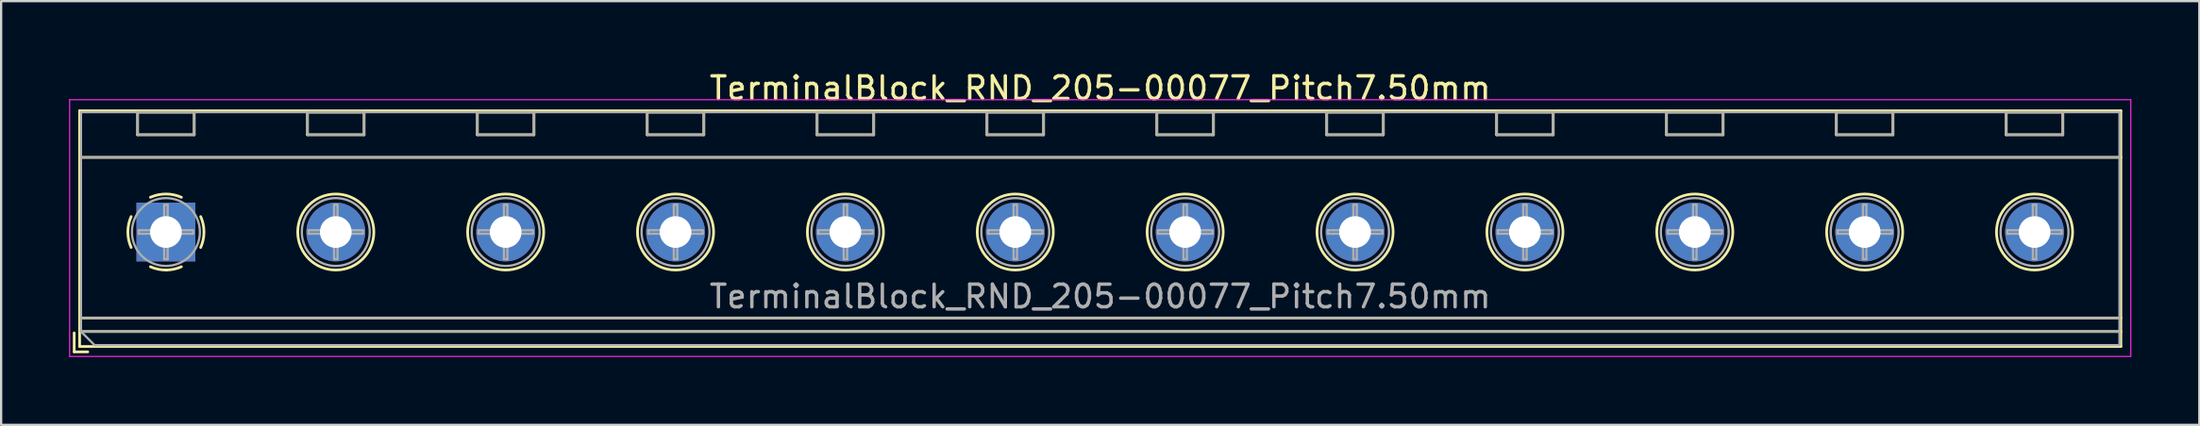
<source format=kicad_pcb>
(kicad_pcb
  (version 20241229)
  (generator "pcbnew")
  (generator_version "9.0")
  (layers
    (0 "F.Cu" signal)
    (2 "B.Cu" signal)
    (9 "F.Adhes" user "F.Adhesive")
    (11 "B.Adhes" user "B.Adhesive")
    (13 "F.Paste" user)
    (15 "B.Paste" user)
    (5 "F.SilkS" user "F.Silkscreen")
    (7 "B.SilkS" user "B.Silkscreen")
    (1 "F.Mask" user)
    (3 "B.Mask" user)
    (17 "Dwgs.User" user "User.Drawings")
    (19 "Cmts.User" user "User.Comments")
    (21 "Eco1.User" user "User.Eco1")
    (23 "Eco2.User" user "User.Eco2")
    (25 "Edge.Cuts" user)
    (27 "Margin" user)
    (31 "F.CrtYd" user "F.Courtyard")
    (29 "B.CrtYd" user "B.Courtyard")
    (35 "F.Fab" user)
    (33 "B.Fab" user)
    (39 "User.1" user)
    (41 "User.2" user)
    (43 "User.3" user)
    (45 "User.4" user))
  (footprint "TerminalBlock_RND_205-00077_Pitch7.50mm"
    (layer "F.Cu")
    (at 4.275 7.208)
    (property "Reference" "TerminalBlock_RND_205-00077_Pitch7.50mm" (at 41.25 -6.36 0) (layer "F.SilkS") (effects (font (size 1 1) (thickness 0.15))))
    (attr through_hole)
    (fp_line (start -4.05 4.46) (end -4.05 5.3) (stroke (width 0.12) (type solid)) (layer "F.SilkS"))
    (fp_line (start -4.05 5.3) (end -3.45 5.3) (stroke (width 0.12) (type solid)) (layer "F.SilkS"))
    (fp_line (start -3.81 -5.36) (end -3.81 5.06) (stroke (width 0.12) (type solid)) (layer "F.SilkS"))
    (fp_line (start -3.81 -3.3) (end 86.31 -3.3) (stroke (width 0.12) (type solid)) (layer "F.SilkS"))
    (fp_line (start -3.81 3.8) (end 86.31 3.8) (stroke (width 0.12) (type solid)) (layer "F.SilkS"))
    (fp_line (start -3.81 4.4) (end 86.31 4.4) (stroke (width 0.12) (type solid)) (layer "F.SilkS"))
    (fp_line (start -3.81 5.06) (end 86.31 5.06) (stroke (width 0.12) (type solid)) (layer "F.SilkS"))
    (fp_line (start -1.25 -5.301) (end -1.25 -4.301) (stroke (width 0.12) (type solid)) (layer "F.SilkS"))
    (fp_line (start -1.25 -5.301) (end 1.25 -5.301) (stroke (width 0.12) (type solid)) (layer "F.SilkS"))
    (fp_line (start -1.25 -4.301) (end 1.25 -4.301) (stroke (width 0.12) (type solid)) (layer "F.SilkS"))
    (fp_line (start 1.25 -5.301) (end 1.25 -4.301) (stroke (width 0.12) (type solid)) (layer "F.SilkS"))
    (fp_line (start 6.25 -5.301) (end 6.25 -4.301) (stroke (width 0.12) (type solid)) (layer "F.SilkS"))
    (fp_line (start 6.25 -5.301) (end 8.75 -5.301) (stroke (width 0.12) (type solid)) (layer "F.SilkS"))
    (fp_line (start 6.25 -4.301) (end 8.75 -4.301) (stroke (width 0.12) (type solid)) (layer "F.SilkS"))
    (fp_line (start 8.75 -5.301) (end 8.75 -4.301) (stroke (width 0.12) (type solid)) (layer "F.SilkS"))
    (fp_line (start 13.75 -5.301) (end 13.75 -4.301) (stroke (width 0.12) (type solid)) (layer "F.SilkS"))
    (fp_line (start 13.75 -5.301) (end 16.25 -5.301) (stroke (width 0.12) (type solid)) (layer "F.SilkS"))
    (fp_line (start 13.75 -4.301) (end 16.25 -4.301) (stroke (width 0.12) (type solid)) (layer "F.SilkS"))
    (fp_line (start 16.25 -5.301) (end 16.25 -4.301) (stroke (width 0.12) (type solid)) (layer "F.SilkS"))
    (fp_line (start 21.25 -5.301) (end 21.25 -4.301) (stroke (width 0.12) (type solid)) (layer "F.SilkS"))
    (fp_line (start 21.25 -5.301) (end 23.75 -5.301) (stroke (width 0.12) (type solid)) (layer "F.SilkS"))
    (fp_line (start 21.25 -4.301) (end 23.75 -4.301) (stroke (width 0.12) (type solid)) (layer "F.SilkS"))
    (fp_line (start 23.75 -5.301) (end 23.75 -4.301) (stroke (width 0.12) (type solid)) (layer "F.SilkS"))
    (fp_line (start 28.75 -5.301) (end 28.75 -4.301) (stroke (width 0.12) (type solid)) (layer "F.SilkS"))
    (fp_line (start 28.75 -5.301) (end 31.25 -5.301) (stroke (width 0.12) (type solid)) (layer "F.SilkS"))
    (fp_line (start 28.75 -4.301) (end 31.25 -4.301) (stroke (width 0.12) (type solid)) (layer "F.SilkS"))
    (fp_line (start 31.25 -5.301) (end 31.25 -4.301) (stroke (width 0.12) (type solid)) (layer "F.SilkS"))
    (fp_line (start 36.25 -5.301) (end 36.25 -4.301) (stroke (width 0.12) (type solid)) (layer "F.SilkS"))
    (fp_line (start 36.25 -5.301) (end 38.75 -5.301) (stroke (width 0.12) (type solid)) (layer "F.SilkS"))
    (fp_line (start 36.25 -4.301) (end 38.75 -4.301) (stroke (width 0.12) (type solid)) (layer "F.SilkS"))
    (fp_line (start 38.75 -5.301) (end 38.75 -4.301) (stroke (width 0.12) (type solid)) (layer "F.SilkS"))
    (fp_line (start 43.75 -5.301) (end 43.75 -4.301) (stroke (width 0.12) (type solid)) (layer "F.SilkS"))
    (fp_line (start 43.75 -5.301) (end 46.25 -5.301) (stroke (width 0.12) (type solid)) (layer "F.SilkS"))
    (fp_line (start 43.75 -4.301) (end 46.25 -4.301) (stroke (width 0.12) (type solid)) (layer "F.SilkS"))
    (fp_line (start 46.25 -5.301) (end 46.25 -4.301) (stroke (width 0.12) (type solid)) (layer "F.SilkS"))
    (fp_line (start 51.25 -5.301) (end 51.25 -4.301) (stroke (width 0.12) (type solid)) (layer "F.SilkS"))
    (fp_line (start 51.25 -5.301) (end 53.75 -5.301) (stroke (width 0.12) (type solid)) (layer "F.SilkS"))
    (fp_line (start 51.25 -4.301) (end 53.75 -4.301) (stroke (width 0.12) (type solid)) (layer "F.SilkS"))
    (fp_line (start 53.75 -5.301) (end 53.75 -4.301) (stroke (width 0.12) (type solid)) (layer "F.SilkS"))
    (fp_line (start 58.75 -5.301) (end 58.75 -4.301) (stroke (width 0.12) (type solid)) (layer "F.SilkS"))
    (fp_line (start 58.75 -5.301) (end 61.25 -5.301) (stroke (width 0.12) (type solid)) (layer "F.SilkS"))
    (fp_line (start 58.75 -4.301) (end 61.25 -4.301) (stroke (width 0.12) (type solid)) (layer "F.SilkS"))
    (fp_line (start 61.25 -5.301) (end 61.25 -4.301) (stroke (width 0.12) (type solid)) (layer "F.SilkS"))
    (fp_line (start 66.25 -5.301) (end 66.25 -4.301) (stroke (width 0.12) (type solid)) (layer "F.SilkS"))
    (fp_line (start 66.25 -5.301) (end 68.75 -5.301) (stroke (width 0.12) (type solid)) (layer "F.SilkS"))
    (fp_line (start 66.25 -4.301) (end 68.75 -4.301) (stroke (width 0.12) (type solid)) (layer "F.SilkS"))
    (fp_line (start 68.75 -5.301) (end 68.75 -4.301) (stroke (width 0.12) (type solid)) (layer "F.SilkS"))
    (fp_line (start 73.75 -5.301) (end 73.75 -4.301) (stroke (width 0.12) (type solid)) (layer "F.SilkS"))
    (fp_line (start 73.75 -5.301) (end 76.25 -5.301) (stroke (width 0.12) (type solid)) (layer "F.SilkS"))
    (fp_line (start 73.75 -4.301) (end 76.25 -4.301) (stroke (width 0.12) (type solid)) (layer "F.SilkS"))
    (fp_line (start 76.25 -5.301) (end 76.25 -4.301) (stroke (width 0.12) (type solid)) (layer "F.SilkS"))
    (fp_line (start 81.25 -5.301) (end 81.25 -4.301) (stroke (width 0.12) (type solid)) (layer "F.SilkS"))
    (fp_line (start 81.25 -5.301) (end 83.75 -5.301) (stroke (width 0.12) (type solid)) (layer "F.SilkS"))
    (fp_line (start 81.25 -4.301) (end 83.75 -4.301) (stroke (width 0.12) (type solid)) (layer "F.SilkS"))
    (fp_line (start 83.75 -5.301) (end 83.75 -4.301) (stroke (width 0.12) (type solid)) (layer "F.SilkS"))
    (fp_line (start 86.31 -5.36) (end -3.81 -5.36) (stroke (width 0.12) (type solid)) (layer "F.SilkS"))
    (fp_line (start 86.31 5.06) (end 86.31 -5.36) (stroke (width 0.12) (type solid)) (layer "F.SilkS"))
    (fp_arc (start -1.535427 0.683042) (mid -1.680501 -0.000524) (end -1.535 -0.684) (stroke (width 0.12) (type solid)) (layer "F.SilkS"))
    (fp_arc (start -0.683042 -1.535427) (mid 0.000524 -1.680501) (end 0.684 -1.535) (stroke (width 0.12) (type solid)) (layer "F.SilkS"))
    (fp_arc (start 0.028805 1.680253) (mid -0.335551 1.646659) (end -0.684 1.535) (stroke (width 0.12) (type solid)) (layer "F.SilkS"))
    (fp_arc (start 0.683318 1.534756) (mid 0.349292 1.643288) (end 0 1.68) (stroke (width 0.12) (type solid)) (layer "F.SilkS"))
    (fp_arc (start 1.535427 -0.683042) (mid 1.680501 0.000524) (end 1.535 0.684) (stroke (width 0.12) (type solid)) (layer "F.SilkS"))
    (fp_circle (center 7.5 0) (end 9.18 0) (stroke (width 0.12) (type solid)) (fill no) (layer "F.SilkS"))
    (fp_circle (center 15 0) (end 16.68 0) (stroke (width 0.12) (type solid)) (fill no) (layer "F.SilkS"))
    (fp_circle (center 22.5 0) (end 24.18 0) (stroke (width 0.12) (type solid)) (fill no) (layer "F.SilkS"))
    (fp_circle (center 30 0) (end 31.68 0) (stroke (width 0.12) (type solid)) (fill no) (layer "F.SilkS"))
    (fp_circle (center 37.5 0) (end 39.18 0) (stroke (width 0.12) (type solid)) (fill no) (layer "F.SilkS"))
    (fp_circle (center 45 0) (end 46.68 0) (stroke (width 0.12) (type solid)) (fill no) (layer "F.SilkS"))
    (fp_circle (center 52.5 0) (end 54.18 0) (stroke (width 0.12) (type solid)) (fill no) (layer "F.SilkS"))
    (fp_circle (center 60 0) (end 61.68 0) (stroke (width 0.12) (type solid)) (fill no) (layer "F.SilkS"))
    (fp_circle (center 67.5 0) (end 69.18 0) (stroke (width 0.12) (type solid)) (fill no) (layer "F.SilkS"))
    (fp_circle (center 75 0) (end 76.68 0) (stroke (width 0.12) (type solid)) (fill no) (layer "F.SilkS"))
    (fp_circle (center 82.5 0) (end 84.18 0) (stroke (width 0.12) (type solid)) (fill no) (layer "F.SilkS"))
    (fp_line (start -4.25 -5.85) (end -4.25 5.5) (stroke (width 0.05) (type solid)) (layer "F.CrtYd"))
    (fp_line (start -4.25 5.5) (end 86.75 5.5) (stroke (width 0.05) (type solid)) (layer "F.CrtYd"))
    (fp_line (start 86.75 -5.85) (end -4.25 -5.85) (stroke (width 0.05) (type solid)) (layer "F.CrtYd"))
    (fp_line (start 86.75 5.5) (end 86.75 -5.85) (stroke (width 0.05) (type solid)) (layer "F.CrtYd"))
    (fp_line (start -3.75 -5.3) (end 86.25 -5.3) (stroke (width 0.1) (type solid)) (layer "F.Fab"))
    (fp_line (start -3.75 -3.3) (end 86.25 -3.3) (stroke (width 0.1) (type solid)) (layer "F.Fab"))
    (fp_line (start -3.75 3.8) (end 86.25 3.8) (stroke (width 0.1) (type solid)) (layer "F.Fab"))
    (fp_line (start -3.75 4.4) (end -3.75 -5.3) (stroke (width 0.1) (type solid)) (layer "F.Fab"))
    (fp_line (start -3.75 4.4) (end 86.25 4.4) (stroke (width 0.1) (type solid)) (layer "F.Fab"))
    (fp_line (start -3.15 5) (end -3.75 4.4) (stroke (width 0.1) (type solid)) (layer "F.Fab"))
    (fp_line (start -1.25 -5.3) (end -1.25 -4.3) (stroke (width 0.1) (type solid)) (layer "F.Fab"))
    (fp_line (start -1.25 -4.3) (end 1.25 -4.3) (stroke (width 0.1) (type solid)) (layer "F.Fab"))
    (fp_line (start -1.201 -0.076) (end -0.076 -0.076) (stroke (width 0.1) (type solid)) (layer "F.Fab"))
    (fp_line (start -1.201 0.076) (end -1.201 -0.076) (stroke (width 0.1) (type solid)) (layer "F.Fab"))
    (fp_line (start -0.076 -1.201) (end 0.076 -1.201) (stroke (width 0.1) (type solid)) (layer "F.Fab"))
    (fp_line (start -0.076 -0.076) (end -0.076 -1.201) (stroke (width 0.1) (type solid)) (layer "F.Fab"))
    (fp_line (start -0.076 0.076) (end -1.201 0.076) (stroke (width 0.1) (type solid)) (layer "F.Fab"))
    (fp_line (start -0.076 1.201) (end -0.076 0.076) (stroke (width 0.1) (type solid)) (layer "F.Fab"))
    (fp_line (start 0.076 -1.201) (end 0.076 -0.076) (stroke (width 0.1) (type solid)) (layer "F.Fab"))
    (fp_line (start 0.076 -0.076) (end 1.201 -0.076) (stroke (width 0.1) (type solid)) (layer "F.Fab"))
    (fp_line (start 0.076 0.076) (end 0.076 1.201) (stroke (width 0.1) (type solid)) (layer "F.Fab"))
    (fp_line (start 0.076 1.201) (end -0.076 1.201) (stroke (width 0.1) (type solid)) (layer "F.Fab"))
    (fp_line (start 1.201 -0.076) (end 1.201 0.076) (stroke (width 0.1) (type solid)) (layer "F.Fab"))
    (fp_line (start 1.201 0.076) (end 0.076 0.076) (stroke (width 0.1) (type solid)) (layer "F.Fab"))
    (fp_line (start 1.25 -5.3) (end -1.25 -5.3) (stroke (width 0.1) (type solid)) (layer "F.Fab"))
    (fp_line (start 1.25 -4.3) (end 1.25 -5.3) (stroke (width 0.1) (type solid)) (layer "F.Fab"))
    (fp_line (start 6.25 -5.3) (end 6.25 -4.3) (stroke (width 0.1) (type solid)) (layer "F.Fab"))
    (fp_line (start 6.25 -4.3) (end 8.75 -4.3) (stroke (width 0.1) (type solid)) (layer "F.Fab"))
    (fp_line (start 6.299 -0.076) (end 7.424 -0.076) (stroke (width 0.1) (type solid)) (layer "F.Fab"))
    (fp_line (start 6.299 0.076) (end 6.299 -0.076) (stroke (width 0.1) (type solid)) (layer "F.Fab"))
    (fp_line (start 7.424 -1.201) (end 7.576 -1.201) (stroke (width 0.1) (type solid)) (layer "F.Fab"))
    (fp_line (start 7.424 -0.076) (end 7.424 -1.201) (stroke (width 0.1) (type solid)) (layer "F.Fab"))
    (fp_line (start 7.424 0.076) (end 6.299 0.076) (stroke (width 0.1) (type solid)) (layer "F.Fab"))
    (fp_line (start 7.424 1.201) (end 7.424 0.076) (stroke (width 0.1) (type solid)) (layer "F.Fab"))
    (fp_line (start 7.576 -1.201) (end 7.576 -0.076) (stroke (width 0.1) (type solid)) (layer "F.Fab"))
    (fp_line (start 7.576 -0.076) (end 8.701 -0.076) (stroke (width 0.1) (type solid)) (layer "F.Fab"))
    (fp_line (start 7.576 0.076) (end 7.576 1.201) (stroke (width 0.1) (type solid)) (layer "F.Fab"))
    (fp_line (start 7.576 1.201) (end 7.424 1.201) (stroke (width 0.1) (type solid)) (layer "F.Fab"))
    (fp_line (start 8.701 -0.076) (end 8.701 0.076) (stroke (width 0.1) (type solid)) (layer "F.Fab"))
    (fp_line (start 8.701 0.076) (end 7.576 0.076) (stroke (width 0.1) (type solid)) (layer "F.Fab"))
    (fp_line (start 8.75 -5.3) (end 6.25 -5.3) (stroke (width 0.1) (type solid)) (layer "F.Fab"))
    (fp_line (start 8.75 -4.3) (end 8.75 -5.3) (stroke (width 0.1) (type solid)) (layer "F.Fab"))
    (fp_line (start 13.75 -5.3) (end 13.75 -4.3) (stroke (width 0.1) (type solid)) (layer "F.Fab"))
    (fp_line (start 13.75 -4.3) (end 16.25 -4.3) (stroke (width 0.1) (type solid)) (layer "F.Fab"))
    (fp_line (start 13.799 -0.076) (end 14.924 -0.076) (stroke (width 0.1) (type solid)) (layer "F.Fab"))
    (fp_line (start 13.799 0.076) (end 13.799 -0.076) (stroke (width 0.1) (type solid)) (layer "F.Fab"))
    (fp_line (start 14.924 -1.201) (end 15.076 -1.201) (stroke (width 0.1) (type solid)) (layer "F.Fab"))
    (fp_line (start 14.924 -0.076) (end 14.924 -1.201) (stroke (width 0.1) (type solid)) (layer "F.Fab"))
    (fp_line (start 14.924 0.076) (end 13.799 0.076) (stroke (width 0.1) (type solid)) (layer "F.Fab"))
    (fp_line (start 14.924 1.201) (end 14.924 0.076) (stroke (width 0.1) (type solid)) (layer "F.Fab"))
    (fp_line (start 15.076 -1.201) (end 15.076 -0.076) (stroke (width 0.1) (type solid)) (layer "F.Fab"))
    (fp_line (start 15.076 -0.076) (end 16.201 -0.076) (stroke (width 0.1) (type solid)) (layer "F.Fab"))
    (fp_line (start 15.076 0.076) (end 15.076 1.201) (stroke (width 0.1) (type solid)) (layer "F.Fab"))
    (fp_line (start 15.076 1.201) (end 14.924 1.201) (stroke (width 0.1) (type solid)) (layer "F.Fab"))
    (fp_line (start 16.201 -0.076) (end 16.201 0.076) (stroke (width 0.1) (type solid)) (layer "F.Fab"))
    (fp_line (start 16.201 0.076) (end 15.076 0.076) (stroke (width 0.1) (type solid)) (layer "F.Fab"))
    (fp_line (start 16.25 -5.3) (end 13.75 -5.3) (stroke (width 0.1) (type solid)) (layer "F.Fab"))
    (fp_line (start 16.25 -4.3) (end 16.25 -5.3) (stroke (width 0.1) (type solid)) (layer "F.Fab"))
    (fp_line (start 21.25 -5.3) (end 21.25 -4.3) (stroke (width 0.1) (type solid)) (layer "F.Fab"))
    (fp_line (start 21.25 -4.3) (end 23.75 -4.3) (stroke (width 0.1) (type solid)) (layer "F.Fab"))
    (fp_line (start 21.299 -0.076) (end 22.424 -0.076) (stroke (width 0.1) (type solid)) (layer "F.Fab"))
    (fp_line (start 21.299 0.076) (end 21.299 -0.076) (stroke (width 0.1) (type solid)) (layer "F.Fab"))
    (fp_line (start 22.424 -1.201) (end 22.576 -1.201) (stroke (width 0.1) (type solid)) (layer "F.Fab"))
    (fp_line (start 22.424 -0.076) (end 22.424 -1.201) (stroke (width 0.1) (type solid)) (layer "F.Fab"))
    (fp_line (start 22.424 0.076) (end 21.299 0.076) (stroke (width 0.1) (type solid)) (layer "F.Fab"))
    (fp_line (start 22.424 1.201) (end 22.424 0.076) (stroke (width 0.1) (type solid)) (layer "F.Fab"))
    (fp_line (start 22.576 -1.201) (end 22.576 -0.076) (stroke (width 0.1) (type solid)) (layer "F.Fab"))
    (fp_line (start 22.576 -0.076) (end 23.701 -0.076) (stroke (width 0.1) (type solid)) (layer "F.Fab"))
    (fp_line (start 22.576 0.076) (end 22.576 1.201) (stroke (width 0.1) (type solid)) (layer "F.Fab"))
    (fp_line (start 22.576 1.201) (end 22.424 1.201) (stroke (width 0.1) (type solid)) (layer "F.Fab"))
    (fp_line (start 23.701 -0.076) (end 23.701 0.076) (stroke (width 0.1) (type solid)) (layer "F.Fab"))
    (fp_line (start 23.701 0.076) (end 22.576 0.076) (stroke (width 0.1) (type solid)) (layer "F.Fab"))
    (fp_line (start 23.75 -5.3) (end 21.25 -5.3) (stroke (width 0.1) (type solid)) (layer "F.Fab"))
    (fp_line (start 23.75 -4.3) (end 23.75 -5.3) (stroke (width 0.1) (type solid)) (layer "F.Fab"))
    (fp_line (start 28.75 -5.3) (end 28.75 -4.3) (stroke (width 0.1) (type solid)) (layer "F.Fab"))
    (fp_line (start 28.75 -4.3) (end 31.25 -4.3) (stroke (width 0.1) (type solid)) (layer "F.Fab"))
    (fp_line (start 28.799 -0.076) (end 29.924 -0.076) (stroke (width 0.1) (type solid)) (layer "F.Fab"))
    (fp_line (start 28.799 0.076) (end 28.799 -0.076) (stroke (width 0.1) (type solid)) (layer "F.Fab"))
    (fp_line (start 29.924 -1.201) (end 30.076 -1.201) (stroke (width 0.1) (type solid)) (layer "F.Fab"))
    (fp_line (start 29.924 -0.076) (end 29.924 -1.201) (stroke (width 0.1) (type solid)) (layer "F.Fab"))
    (fp_line (start 29.924 0.076) (end 28.799 0.076) (stroke (width 0.1) (type solid)) (layer "F.Fab"))
    (fp_line (start 29.924 1.201) (end 29.924 0.076) (stroke (width 0.1) (type solid)) (layer "F.Fab"))
    (fp_line (start 30.076 -1.201) (end 30.076 -0.076) (stroke (width 0.1) (type solid)) (layer "F.Fab"))
    (fp_line (start 30.076 -0.076) (end 31.201 -0.076) (stroke (width 0.1) (type solid)) (layer "F.Fab"))
    (fp_line (start 30.076 0.076) (end 30.076 1.201) (stroke (width 0.1) (type solid)) (layer "F.Fab"))
    (fp_line (start 30.076 1.201) (end 29.924 1.201) (stroke (width 0.1) (type solid)) (layer "F.Fab"))
    (fp_line (start 31.201 -0.076) (end 31.201 0.076) (stroke (width 0.1) (type solid)) (layer "F.Fab"))
    (fp_line (start 31.201 0.076) (end 30.076 0.076) (stroke (width 0.1) (type solid)) (layer "F.Fab"))
    (fp_line (start 31.25 -5.3) (end 28.75 -5.3) (stroke (width 0.1) (type solid)) (layer "F.Fab"))
    (fp_line (start 31.25 -4.3) (end 31.25 -5.3) (stroke (width 0.1) (type solid)) (layer "F.Fab"))
    (fp_line (start 36.25 -5.3) (end 36.25 -4.3) (stroke (width 0.1) (type solid)) (layer "F.Fab"))
    (fp_line (start 36.25 -4.3) (end 38.75 -4.3) (stroke (width 0.1) (type solid)) (layer "F.Fab"))
    (fp_line (start 36.299 -0.076) (end 37.424 -0.076) (stroke (width 0.1) (type solid)) (layer "F.Fab"))
    (fp_line (start 36.299 0.076) (end 36.299 -0.076) (stroke (width 0.1) (type solid)) (layer "F.Fab"))
    (fp_line (start 37.424 -1.201) (end 37.576 -1.201) (stroke (width 0.1) (type solid)) (layer "F.Fab"))
    (fp_line (start 37.424 -0.076) (end 37.424 -1.201) (stroke (width 0.1) (type solid)) (layer "F.Fab"))
    (fp_line (start 37.424 0.076) (end 36.299 0.076) (stroke (width 0.1) (type solid)) (layer "F.Fab"))
    (fp_line (start 37.424 1.201) (end 37.424 0.076) (stroke (width 0.1) (type solid)) (layer "F.Fab"))
    (fp_line (start 37.576 -1.201) (end 37.576 -0.076) (stroke (width 0.1) (type solid)) (layer "F.Fab"))
    (fp_line (start 37.576 -0.076) (end 38.701 -0.076) (stroke (width 0.1) (type solid)) (layer "F.Fab"))
    (fp_line (start 37.576 0.076) (end 37.576 1.201) (stroke (width 0.1) (type solid)) (layer "F.Fab"))
    (fp_line (start 37.576 1.201) (end 37.424 1.201) (stroke (width 0.1) (type solid)) (layer "F.Fab"))
    (fp_line (start 38.701 -0.076) (end 38.701 0.076) (stroke (width 0.1) (type solid)) (layer "F.Fab"))
    (fp_line (start 38.701 0.076) (end 37.576 0.076) (stroke (width 0.1) (type solid)) (layer "F.Fab"))
    (fp_line (start 38.75 -5.3) (end 36.25 -5.3) (stroke (width 0.1) (type solid)) (layer "F.Fab"))
    (fp_line (start 38.75 -4.3) (end 38.75 -5.3) (stroke (width 0.1) (type solid)) (layer "F.Fab"))
    (fp_line (start 43.75 -5.3) (end 43.75 -4.3) (stroke (width 0.1) (type solid)) (layer "F.Fab"))
    (fp_line (start 43.75 -4.3) (end 46.25 -4.3) (stroke (width 0.1) (type solid)) (layer "F.Fab"))
    (fp_line (start 43.799 -0.076) (end 44.924 -0.076) (stroke (width 0.1) (type solid)) (layer "F.Fab"))
    (fp_line (start 43.799 0.076) (end 43.799 -0.076) (stroke (width 0.1) (type solid)) (layer "F.Fab"))
    (fp_line (start 44.924 -1.201) (end 45.076 -1.201) (stroke (width 0.1) (type solid)) (layer "F.Fab"))
    (fp_line (start 44.924 -0.076) (end 44.924 -1.201) (stroke (width 0.1) (type solid)) (layer "F.Fab"))
    (fp_line (start 44.924 0.076) (end 43.799 0.076) (stroke (width 0.1) (type solid)) (layer "F.Fab"))
    (fp_line (start 44.924 1.201) (end 44.924 0.076) (stroke (width 0.1) (type solid)) (layer "F.Fab"))
    (fp_line (start 45.076 -1.201) (end 45.076 -0.076) (stroke (width 0.1) (type solid)) (layer "F.Fab"))
    (fp_line (start 45.076 -0.076) (end 46.201 -0.076) (stroke (width 0.1) (type solid)) (layer "F.Fab"))
    (fp_line (start 45.076 0.076) (end 45.076 1.201) (stroke (width 0.1) (type solid)) (layer "F.Fab"))
    (fp_line (start 45.076 1.201) (end 44.924 1.201) (stroke (width 0.1) (type solid)) (layer "F.Fab"))
    (fp_line (start 46.201 -0.076) (end 46.201 0.076) (stroke (width 0.1) (type solid)) (layer "F.Fab"))
    (fp_line (start 46.201 0.076) (end 45.076 0.076) (stroke (width 0.1) (type solid)) (layer "F.Fab"))
    (fp_line (start 46.25 -5.3) (end 43.75 -5.3) (stroke (width 0.1) (type solid)) (layer "F.Fab"))
    (fp_line (start 46.25 -4.3) (end 46.25 -5.3) (stroke (width 0.1) (type solid)) (layer "F.Fab"))
    (fp_line (start 51.25 -5.3) (end 51.25 -4.3) (stroke (width 0.1) (type solid)) (layer "F.Fab"))
    (fp_line (start 51.25 -4.3) (end 53.75 -4.3) (stroke (width 0.1) (type solid)) (layer "F.Fab"))
    (fp_line (start 51.299 -0.076) (end 52.424 -0.076) (stroke (width 0.1) (type solid)) (layer "F.Fab"))
    (fp_line (start 51.299 0.076) (end 51.299 -0.076) (stroke (width 0.1) (type solid)) (layer "F.Fab"))
    (fp_line (start 52.424 -1.201) (end 52.576 -1.201) (stroke (width 0.1) (type solid)) (layer "F.Fab"))
    (fp_line (start 52.424 -0.076) (end 52.424 -1.201) (stroke (width 0.1) (type solid)) (layer "F.Fab"))
    (fp_line (start 52.424 0.076) (end 51.299 0.076) (stroke (width 0.1) (type solid)) (layer "F.Fab"))
    (fp_line (start 52.424 1.201) (end 52.424 0.076) (stroke (width 0.1) (type solid)) (layer "F.Fab"))
    (fp_line (start 52.576 -1.201) (end 52.576 -0.076) (stroke (width 0.1) (type solid)) (layer "F.Fab"))
    (fp_line (start 52.576 -0.076) (end 53.701 -0.076) (stroke (width 0.1) (type solid)) (layer "F.Fab"))
    (fp_line (start 52.576 0.076) (end 52.576 1.201) (stroke (width 0.1) (type solid)) (layer "F.Fab"))
    (fp_line (start 52.576 1.201) (end 52.424 1.201) (stroke (width 0.1) (type solid)) (layer "F.Fab"))
    (fp_line (start 53.701 -0.076) (end 53.701 0.076) (stroke (width 0.1) (type solid)) (layer "F.Fab"))
    (fp_line (start 53.701 0.076) (end 52.576 0.076) (stroke (width 0.1) (type solid)) (layer "F.Fab"))
    (fp_line (start 53.75 -5.3) (end 51.25 -5.3) (stroke (width 0.1) (type solid)) (layer "F.Fab"))
    (fp_line (start 53.75 -4.3) (end 53.75 -5.3) (stroke (width 0.1) (type solid)) (layer "F.Fab"))
    (fp_line (start 58.75 -5.3) (end 58.75 -4.3) (stroke (width 0.1) (type solid)) (layer "F.Fab"))
    (fp_line (start 58.75 -4.3) (end 61.25 -4.3) (stroke (width 0.1) (type solid)) (layer "F.Fab"))
    (fp_line (start 58.799 -0.076) (end 59.924 -0.076) (stroke (width 0.1) (type solid)) (layer "F.Fab"))
    (fp_line (start 58.799 0.076) (end 58.799 -0.076) (stroke (width 0.1) (type solid)) (layer "F.Fab"))
    (fp_line (start 59.924 -1.201) (end 60.076 -1.201) (stroke (width 0.1) (type solid)) (layer "F.Fab"))
    (fp_line (start 59.924 -0.076) (end 59.924 -1.201) (stroke (width 0.1) (type solid)) (layer "F.Fab"))
    (fp_line (start 59.924 0.076) (end 58.799 0.076) (stroke (width 0.1) (type solid)) (layer "F.Fab"))
    (fp_line (start 59.924 1.201) (end 59.924 0.076) (stroke (width 0.1) (type solid)) (layer "F.Fab"))
    (fp_line (start 60.076 -1.201) (end 60.076 -0.076) (stroke (width 0.1) (type solid)) (layer "F.Fab"))
    (fp_line (start 60.076 -0.076) (end 61.201 -0.076) (stroke (width 0.1) (type solid)) (layer "F.Fab"))
    (fp_line (start 60.076 0.076) (end 60.076 1.201) (stroke (width 0.1) (type solid)) (layer "F.Fab"))
    (fp_line (start 60.076 1.201) (end 59.924 1.201) (stroke (width 0.1) (type solid)) (layer "F.Fab"))
    (fp_line (start 61.201 -0.076) (end 61.201 0.076) (stroke (width 0.1) (type solid)) (layer "F.Fab"))
    (fp_line (start 61.201 0.076) (end 60.076 0.076) (stroke (width 0.1) (type solid)) (layer "F.Fab"))
    (fp_line (start 61.25 -5.3) (end 58.75 -5.3) (stroke (width 0.1) (type solid)) (layer "F.Fab"))
    (fp_line (start 61.25 -4.3) (end 61.25 -5.3) (stroke (width 0.1) (type solid)) (layer "F.Fab"))
    (fp_line (start 66.25 -5.3) (end 66.25 -4.3) (stroke (width 0.1) (type solid)) (layer "F.Fab"))
    (fp_line (start 66.25 -4.3) (end 68.75 -4.3) (stroke (width 0.1) (type solid)) (layer "F.Fab"))
    (fp_line (start 66.299 -0.076) (end 67.424 -0.076) (stroke (width 0.1) (type solid)) (layer "F.Fab"))
    (fp_line (start 66.299 0.076) (end 66.299 -0.076) (stroke (width 0.1) (type solid)) (layer "F.Fab"))
    (fp_line (start 67.424 -1.201) (end 67.576 -1.201) (stroke (width 0.1) (type solid)) (layer "F.Fab"))
    (fp_line (start 67.424 -0.076) (end 67.424 -1.201) (stroke (width 0.1) (type solid)) (layer "F.Fab"))
    (fp_line (start 67.424 0.076) (end 66.299 0.076) (stroke (width 0.1) (type solid)) (layer "F.Fab"))
    (fp_line (start 67.424 1.201) (end 67.424 0.076) (stroke (width 0.1) (type solid)) (layer "F.Fab"))
    (fp_line (start 67.576 -1.201) (end 67.576 -0.076) (stroke (width 0.1) (type solid)) (layer "F.Fab"))
    (fp_line (start 67.576 -0.076) (end 68.701 -0.076) (stroke (width 0.1) (type solid)) (layer "F.Fab"))
    (fp_line (start 67.576 0.076) (end 67.576 1.201) (stroke (width 0.1) (type solid)) (layer "F.Fab"))
    (fp_line (start 67.576 1.201) (end 67.424 1.201) (stroke (width 0.1) (type solid)) (layer "F.Fab"))
    (fp_line (start 68.701 -0.076) (end 68.701 0.076) (stroke (width 0.1) (type solid)) (layer "F.Fab"))
    (fp_line (start 68.701 0.076) (end 67.576 0.076) (stroke (width 0.1) (type solid)) (layer "F.Fab"))
    (fp_line (start 68.75 -5.3) (end 66.25 -5.3) (stroke (width 0.1) (type solid)) (layer "F.Fab"))
    (fp_line (start 68.75 -4.3) (end 68.75 -5.3) (stroke (width 0.1) (type solid)) (layer "F.Fab"))
    (fp_line (start 73.75 -5.3) (end 73.75 -4.3) (stroke (width 0.1) (type solid)) (layer "F.Fab"))
    (fp_line (start 73.75 -4.3) (end 76.25 -4.3) (stroke (width 0.1) (type solid)) (layer "F.Fab"))
    (fp_line (start 73.799 -0.076) (end 74.924 -0.076) (stroke (width 0.1) (type solid)) (layer "F.Fab"))
    (fp_line (start 73.799 0.076) (end 73.799 -0.076) (stroke (width 0.1) (type solid)) (layer "F.Fab"))
    (fp_line (start 74.924 -1.201) (end 75.076 -1.201) (stroke (width 0.1) (type solid)) (layer "F.Fab"))
    (fp_line (start 74.924 -0.076) (end 74.924 -1.201) (stroke (width 0.1) (type solid)) (layer "F.Fab"))
    (fp_line (start 74.924 0.076) (end 73.799 0.076) (stroke (width 0.1) (type solid)) (layer "F.Fab"))
    (fp_line (start 74.924 1.201) (end 74.924 0.076) (stroke (width 0.1) (type solid)) (layer "F.Fab"))
    (fp_line (start 75.076 -1.201) (end 75.076 -0.076) (stroke (width 0.1) (type solid)) (layer "F.Fab"))
    (fp_line (start 75.076 -0.076) (end 76.201 -0.076) (stroke (width 0.1) (type solid)) (layer "F.Fab"))
    (fp_line (start 75.076 0.076) (end 75.076 1.201) (stroke (width 0.1) (type solid)) (layer "F.Fab"))
    (fp_line (start 75.076 1.201) (end 74.924 1.201) (stroke (width 0.1) (type solid)) (layer "F.Fab"))
    (fp_line (start 76.201 -0.076) (end 76.201 0.076) (stroke (width 0.1) (type solid)) (layer "F.Fab"))
    (fp_line (start 76.201 0.076) (end 75.076 0.076) (stroke (width 0.1) (type solid)) (layer "F.Fab"))
    (fp_line (start 76.25 -5.3) (end 73.75 -5.3) (stroke (width 0.1) (type solid)) (layer "F.Fab"))
    (fp_line (start 76.25 -4.3) (end 76.25 -5.3) (stroke (width 0.1) (type solid)) (layer "F.Fab"))
    (fp_line (start 81.25 -5.3) (end 81.25 -4.3) (stroke (width 0.1) (type solid)) (layer "F.Fab"))
    (fp_line (start 81.25 -4.3) (end 83.75 -4.3) (stroke (width 0.1) (type solid)) (layer "F.Fab"))
    (fp_line (start 81.299 -0.076) (end 82.424 -0.076) (stroke (width 0.1) (type solid)) (layer "F.Fab"))
    (fp_line (start 81.299 0.076) (end 81.299 -0.076) (stroke (width 0.1) (type solid)) (layer "F.Fab"))
    (fp_line (start 82.424 -1.201) (end 82.576 -1.201) (stroke (width 0.1) (type solid)) (layer "F.Fab"))
    (fp_line (start 82.424 -0.076) (end 82.424 -1.201) (stroke (width 0.1) (type solid)) (layer "F.Fab"))
    (fp_line (start 82.424 0.076) (end 81.299 0.076) (stroke (width 0.1) (type solid)) (layer "F.Fab"))
    (fp_line (start 82.424 1.201) (end 82.424 0.076) (stroke (width 0.1) (type solid)) (layer "F.Fab"))
    (fp_line (start 82.576 -1.201) (end 82.576 -0.076) (stroke (width 0.1) (type solid)) (layer "F.Fab"))
    (fp_line (start 82.576 -0.076) (end 83.701 -0.076) (stroke (width 0.1) (type solid)) (layer "F.Fab"))
    (fp_line (start 82.576 0.076) (end 82.576 1.201) (stroke (width 0.1) (type solid)) (layer "F.Fab"))
    (fp_line (start 82.576 1.201) (end 82.424 1.201) (stroke (width 0.1) (type solid)) (layer "F.Fab"))
    (fp_line (start 83.701 -0.076) (end 83.701 0.076) (stroke (width 0.1) (type solid)) (layer "F.Fab"))
    (fp_line (start 83.701 0.076) (end 82.576 0.076) (stroke (width 0.1) (type solid)) (layer "F.Fab"))
    (fp_line (start 83.75 -5.3) (end 81.25 -5.3) (stroke (width 0.1) (type solid)) (layer "F.Fab"))
    (fp_line (start 83.75 -4.3) (end 83.75 -5.3) (stroke (width 0.1) (type solid)) (layer "F.Fab"))
    (fp_line (start 86.25 -5.3) (end 86.25 5) (stroke (width 0.1) (type solid)) (layer "F.Fab"))
    (fp_line (start 86.25 5) (end -3.15 5) (stroke (width 0.1) (type solid)) (layer "F.Fab"))
    (fp_circle (center 0 0) (end 1.5 0) (stroke (width 0.1) (type solid)) (fill no) (layer "F.Fab"))
    (fp_circle (center 7.5 0) (end 9 0) (stroke (width 0.1) (type solid)) (fill no) (layer "F.Fab"))
    (fp_circle (center 15 0) (end 16.5 0) (stroke (width 0.1) (type solid)) (fill no) (layer "F.Fab"))
    (fp_circle (center 22.5 0) (end 24 0) (stroke (width 0.1) (type solid)) (fill no) (layer "F.Fab"))
    (fp_circle (center 30 0) (end 31.5 0) (stroke (width 0.1) (type solid)) (fill no) (layer "F.Fab"))
    (fp_circle (center 37.5 0) (end 39 0) (stroke (width 0.1) (type solid)) (fill no) (layer "F.Fab"))
    (fp_circle (center 45 0) (end 46.5 0) (stroke (width 0.1) (type solid)) (fill no) (layer "F.Fab"))
    (fp_circle (center 52.5 0) (end 54 0) (stroke (width 0.1) (type solid)) (fill no) (layer "F.Fab"))
    (fp_circle (center 60 0) (end 61.5 0) (stroke (width 0.1) (type solid)) (fill no) (layer "F.Fab"))
    (fp_circle (center 67.5 0) (end 69 0) (stroke (width 0.1) (type solid)) (fill no) (layer "F.Fab"))
    (fp_circle (center 75 0) (end 76.5 0) (stroke (width 0.1) (type solid)) (fill no) (layer "F.Fab"))
    (fp_circle (center 82.5 0) (end 84 0) (stroke (width 0.1) (type solid)) (fill no) (layer "F.Fab"))
    (fp_text user "${REFERENCE}" (at 41.25 2.85 0) (layer "F.Fab") (effects (font (size 1 1) (thickness 0.15))))
    (pad "1" thru_hole rect (at 0 0) (size 2.6 2.6) (drill 1.4) (layers "*.Cu" "*.Mask"))
    (pad "2" thru_hole oval (at 7.5 0) (size 2.6 2.6) (drill 1.4) (layers "*.Cu" "*.Mask"))
    (pad "3" thru_hole oval (at 15 0) (size 2.6 2.6) (drill 1.4) (layers "*.Cu" "*.Mask"))
    (pad "4" thru_hole oval (at 22.5 0) (size 2.6 2.6) (drill 1.4) (layers "*.Cu" "*.Mask"))
    (pad "5" thru_hole oval (at 30 0) (size 2.6 2.6) (drill 1.4) (layers "*.Cu" "*.Mask"))
    (pad "6" thru_hole oval (at 37.5 0) (size 2.6 2.6) (drill 1.4) (layers "*.Cu" "*.Mask"))
    (pad "7" thru_hole oval (at 45 0) (size 2.6 2.6) (drill 1.4) (layers "*.Cu" "*.Mask"))
    (pad "8" thru_hole oval (at 52.5 0) (size 2.6 2.6) (drill 1.4) (layers "*.Cu" "*.Mask"))
    (pad "9" thru_hole oval (at 60 0) (size 2.6 2.6) (drill 1.4) (layers "*.Cu" "*.Mask"))
    (pad "10" thru_hole oval (at 67.5 0) (size 2.6 2.6) (drill 1.4) (layers "*.Cu" "*.Mask"))
    (pad "11" thru_hole oval (at 75 0) (size 2.6 2.6) (drill 1.4) (layers "*.Cu" "*.Mask"))
    (pad "12" thru_hole oval (at 82.5 0) (size 2.6 2.6) (drill 1.4) (layers "*.Cu" "*.Mask")))
  (gr_rect
    (start -3 -3)
    (end 94.05 15.733)
    (stroke (width 0.1) (type default))
    (fill no)
    (layer "Edge.Cuts")))
</source>
